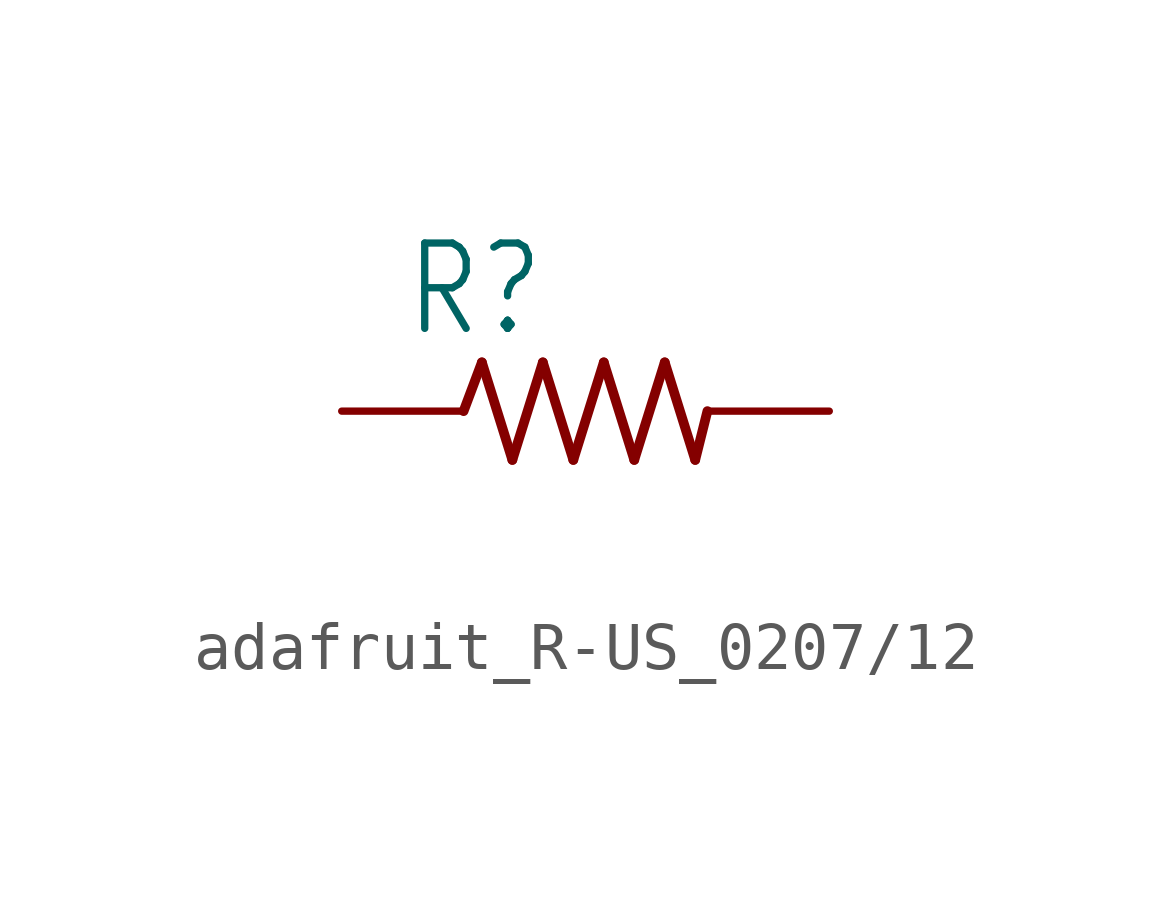
<source format=kicad_sym>
(kicad_symbol_lib
  (version 20220914)
  (generator kicad_symbol_editor)
  (symbol "adafruit_R-US_0207/12"
    (property "Reference" "R"
      (at -3.81 1.499 0)
      (effects (font (size 1.778 1.511)) (justify left bottom)))
    (property "Value" ""
      (at -3.81 -3.302 0)
      (effects (font (size 1.778 1.511)) (justify left bottom)))
    (property "ki_locked" ""
      (at 0 0 0)
      (effects (font (size 1.27 1.27))))
    (symbol "adafruit_R-US_0207/12_1_0"
      (polyline (pts (xy -2.54 0) (xy -2.159 1.016)) (stroke (width 0.203) (type solid)) (fill (type none)))
      (polyline (pts (xy -2.159 1.016) (xy -1.524 -1.016)) (stroke (width 0.203) (type solid)) (fill (type none)))
      (polyline (pts (xy -1.524 -1.016) (xy -0.889 1.016)) (stroke (width 0.203) (type solid)) (fill (type none)))
      (polyline (pts (xy -0.889 1.016) (xy -0.254 -1.016)) (stroke (width 0.203) (type solid)) (fill (type none)))
      (polyline (pts (xy -0.254 -1.016) (xy 0.381 1.016)) (stroke (width 0.203) (type solid)) (fill (type none)))
      (polyline (pts (xy 0.381 1.016) (xy 1.016 -1.016)) (stroke (width 0.203) (type solid)) (fill (type none)))
      (polyline (pts (xy 1.016 -1.016) (xy 1.651 1.016)) (stroke (width 0.203) (type solid)) (fill (type none)))
      (polyline (pts (xy 1.651 1.016) (xy 2.286 -1.016)) (stroke (width 0.203) (type solid)) (fill (type none)))
      (polyline (pts (xy 2.286 -1.016) (xy 2.54 0)) (stroke (width 0.203) (type solid)) (fill (type none)))
      (pin passive line (at -5.08 0 0) (length 2.54) (name "1" (effects (font (size 0 0)))) (number "1" (effects (font (size 0 0)))))
      (pin passive line (at 5.08 0 180) (length 2.54) (name "2" (effects (font (size 0 0)))) (number "2" (effects (font (size 0 0))))))))
</source>
